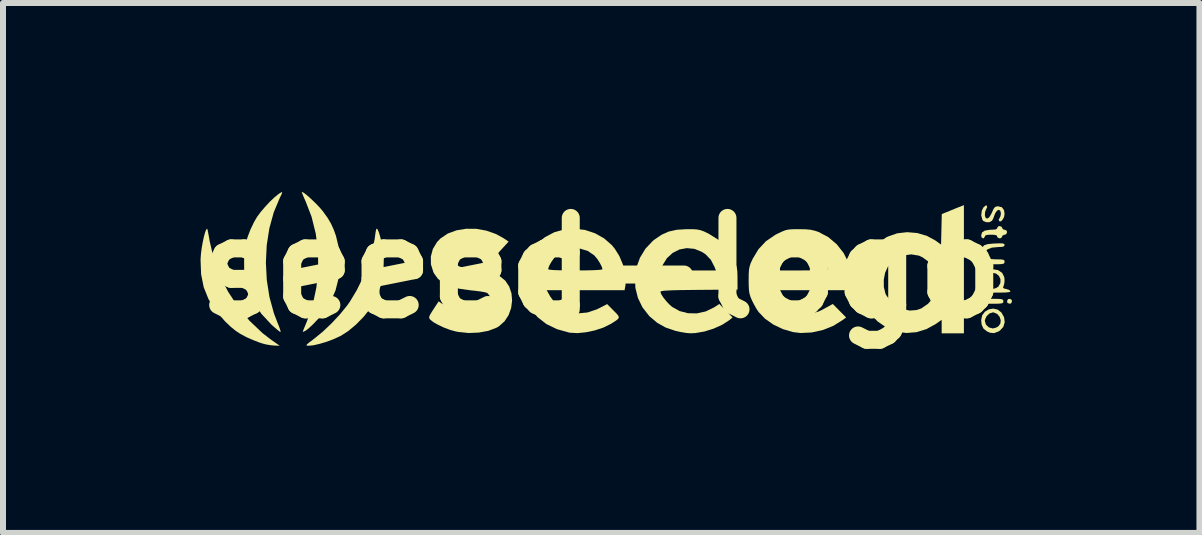
<source format=kicad_pcb>
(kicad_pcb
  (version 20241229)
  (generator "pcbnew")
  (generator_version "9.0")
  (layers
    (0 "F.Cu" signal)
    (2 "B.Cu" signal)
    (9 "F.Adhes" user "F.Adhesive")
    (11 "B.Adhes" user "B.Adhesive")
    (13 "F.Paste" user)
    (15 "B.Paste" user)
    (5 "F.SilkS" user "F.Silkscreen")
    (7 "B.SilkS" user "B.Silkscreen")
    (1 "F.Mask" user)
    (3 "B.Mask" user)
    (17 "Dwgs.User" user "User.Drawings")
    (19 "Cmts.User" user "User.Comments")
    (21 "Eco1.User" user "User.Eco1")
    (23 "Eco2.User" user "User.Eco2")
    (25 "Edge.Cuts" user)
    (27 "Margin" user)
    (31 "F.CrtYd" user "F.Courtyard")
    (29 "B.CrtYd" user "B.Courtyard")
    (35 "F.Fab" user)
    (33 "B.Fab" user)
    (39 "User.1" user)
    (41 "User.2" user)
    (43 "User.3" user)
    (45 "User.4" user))
  (footprint "seeed-logo"
    (layer "F.Cu")
    (at 6.974 1.418)
    (property "Reference" "seeed-logo" (at 0 0 0) (layer "F.SilkS") (effects (font (size 1.524 1.524) (thickness 0.3))))
    (attr board_only exclude_from_pos_files exclude_from_bom)
    (fp_poly (pts (xy 6.842 0.529) (xy 6.849 0.555) (xy 6.834 0.59) (xy 6.808 0.596) (xy 6.773 0.582) (xy 6.766 0.555) (xy 6.781 0.521) (xy 6.808 0.514)) (stroke (width 0) (type solid)) (fill yes) (layer "F.SilkS"))
    (fp_poly (pts (xy 6.608 0.515) (xy 6.662 0.518) (xy 6.691 0.526) (xy 6.703 0.539) (xy 6.705 0.555) (xy 6.702 0.575) (xy 6.687 0.587) (xy 6.653 0.593) (xy 6.593 0.596) (xy 6.52 0.596) (xy 6.432 0.596) (xy 6.377 0.593) (xy 6.348 0.585) (xy 6.336 0.572) (xy 6.335 0.555) (xy 6.338 0.536) (xy 6.352 0.524) (xy 6.386 0.517) (xy 6.447 0.515) (xy 6.52 0.514)) (stroke (width 0) (type solid)) (fill yes) (layer "F.SilkS"))
    (fp_poly (pts (xy 6.677 -0.686) (xy 6.684 -0.668) (xy 6.701 -0.643) (xy 6.725 -0.638) (xy 6.76 -0.623) (xy 6.766 -0.596) (xy 6.752 -0.562) (xy 6.725 -0.555) (xy 6.692 -0.542) (xy 6.684 -0.524) (xy 6.667 -0.499) (xy 6.643 -0.494) (xy 6.61 -0.506) (xy 6.602 -0.524) (xy 6.591 -0.544) (xy 6.553 -0.553) (xy 6.499 -0.555) (xy 6.434 -0.552) (xy 6.403 -0.541) (xy 6.396 -0.524) (xy 6.38 -0.497) (xy 6.365 -0.494) (xy 6.341 -0.511) (xy 6.335 -0.544) (xy 6.35 -0.594) (xy 6.398 -0.624) (xy 6.482 -0.637) (xy 6.508 -0.638) (xy 6.57 -0.641) (xy 6.598 -0.655) (xy 6.602 -0.668) (xy 6.619 -0.694) (xy 6.643 -0.699)) (stroke (width 0) (type solid)) (fill yes) (layer "F.SilkS"))
    (fp_poly (pts (xy 6.61 0.694) (xy 6.672 0.742) (xy 6.717 0.822) (xy 6.727 0.905) (xy 6.704 0.982) (xy 6.648 1.043) (xy 6.623 1.059) (xy 6.549 1.086) (xy 6.483 1.08) (xy 6.433 1.058) (xy 6.374 1.012) (xy 6.343 0.947) (xy 6.336 0.884) (xy 6.396 0.884) (xy 6.415 0.945) (xy 6.462 0.99) (xy 6.528 1.008) (xy 6.53 1.008) (xy 6.579 0.996) (xy 6.618 0.976) (xy 6.654 0.929) (xy 6.661 0.871) (xy 6.642 0.813) (xy 6.602 0.766) (xy 6.546 0.742) (xy 6.53 0.74) (xy 6.472 0.759) (xy 6.424 0.805) (xy 6.398 0.865) (xy 6.396 0.884) (xy 6.336 0.884) (xy 6.335 0.867) (xy 6.352 0.788) (xy 6.398 0.728) (xy 6.463 0.69) (xy 6.536 0.677)) (stroke (width 0) (type solid)) (fill yes) (layer "F.SilkS"))
    (fp_poly (pts (xy 6.693 -0.409) (xy 6.718 -0.401) (xy 6.725 -0.386) (xy 6.725 -0.383) (xy 6.717 -0.363) (xy 6.684 -0.352) (xy 6.62 -0.349) (xy 6.617 -0.349) (xy 6.513 -0.339) (xy 6.441 -0.311) (xy 6.404 -0.266) (xy 6.4 -0.25) (xy 6.402 -0.2) (xy 6.428 -0.167) (xy 6.483 -0.15) (xy 6.573 -0.144) (xy 6.584 -0.144) (xy 6.659 -0.143) (xy 6.701 -0.138) (xy 6.721 -0.126) (xy 6.725 -0.105) (xy 6.725 -0.103) (xy 6.722 -0.084) (xy 6.708 -0.072) (xy 6.676 -0.065) (xy 6.616 -0.062) (xy 6.532 -0.062) (xy 6.339 -0.062) (xy 6.337 -0.192) (xy 6.339 -0.283) (xy 6.353 -0.343) (xy 6.386 -0.379) (xy 6.445 -0.398) (xy 6.537 -0.407) (xy 6.559 -0.408) (xy 6.642 -0.411)) (stroke (width 0) (type solid)) (fill yes) (layer "F.SilkS"))
    (fp_poly (pts (xy -6.569 -0.653) (xy -6.562 -0.63) (xy -6.551 -0.575) (xy -6.537 -0.499) (xy -6.529 -0.451) (xy -6.462 -0.162) (xy -6.359 0.122) (xy -6.222 0.394) (xy -6.055 0.649) (xy -5.862 0.882) (xy -5.646 1.087) (xy -5.504 1.196) (xy -5.361 1.296) (xy -5.442 1.294) (xy -5.509 1.288) (xy -5.592 1.274) (xy -5.635 1.263) (xy -5.707 1.24) (xy -5.798 1.204) (xy -5.894 1.163) (xy -5.923 1.149) (xy -6.015 1.1) (xy -6.094 1.048) (xy -6.173 0.984) (xy -6.264 0.898) (xy -6.275 0.886) (xy -6.431 0.707) (xy -6.548 0.519) (xy -6.628 0.32) (xy -6.671 0.104) (xy -6.68 -0.132) (xy -6.679 -0.162) (xy -6.672 -0.25) (xy -6.659 -0.346) (xy -6.642 -0.44) (xy -6.623 -0.526) (xy -6.604 -0.595) (xy -6.586 -0.641) (xy -6.571 -0.654)) (stroke (width 0) (type solid)) (fill yes) (layer "F.SilkS"))
    (fp_poly (pts (xy -4.971 -1.261) (xy -4.929 -1.231) (xy -4.873 -1.184) (xy -4.809 -1.125) (xy -4.744 -1.061) (xy -4.686 -0.999) (xy -4.64 -0.945) (xy -4.639 -0.943) (xy -4.562 -0.836) (xy -4.506 -0.741) (xy -4.461 -0.642) (xy -4.423 -0.537) (xy -4.369 -0.314) (xy -4.352 -0.083) (xy -4.373 0.149) (xy -4.43 0.374) (xy -4.523 0.586) (xy -4.549 0.632) (xy -4.595 0.699) (xy -4.658 0.778) (xy -4.73 0.86) (xy -4.804 0.938) (xy -4.872 1.001) (xy -4.924 1.042) (xy -4.932 1.047) (xy -4.966 1.063) (xy -4.977 1.064) (xy -4.97 1.044) (xy -4.95 0.995) (xy -4.921 0.925) (xy -4.908 0.893) (xy -4.811 0.616) (xy -4.749 0.325) (xy -4.719 0.025) (xy -4.722 -0.275) (xy -4.759 -0.57) (xy -4.829 -0.853) (xy -4.926 -1.105) (xy -4.958 -1.177) (xy -4.981 -1.233) (xy -4.992 -1.264) (xy -4.992 -1.267)) (stroke (width 0) (type solid)) (fill yes) (layer "F.SilkS"))
    (fp_poly (pts (xy -3.726 -0.639) (xy -3.705 -0.588) (xy -3.683 -0.512) (xy -3.662 -0.42) (xy -3.644 -0.32) (xy -3.631 -0.221) (xy -3.625 -0.153) (xy -3.631 0.07) (xy -3.672 0.285) (xy -3.751 0.499) (xy -3.778 0.555) (xy -3.857 0.684) (xy -3.964 0.817) (xy -4.088 0.943) (xy -4.22 1.053) (xy -4.348 1.135) (xy -4.35 1.135) (xy -4.458 1.185) (xy -4.577 1.23) (xy -4.695 1.265) (xy -4.8 1.289) (xy -4.872 1.296) (xy -4.903 1.295) (xy -4.915 1.289) (xy -4.907 1.274) (xy -4.874 1.246) (xy -4.812 1.199) (xy -4.778 1.173) (xy -4.638 1.058) (xy -4.494 0.921) (xy -4.357 0.774) (xy -4.238 0.628) (xy -4.189 0.559) (xy -4.073 0.365) (xy -3.969 0.153) (xy -3.883 -0.066) (xy -3.817 -0.282) (xy -3.777 -0.484) (xy -3.771 -0.53) (xy -3.762 -0.596) (xy -3.752 -0.643) (xy -3.744 -0.658)) (stroke (width 0) (type solid)) (fill yes) (layer "F.SilkS"))
    (fp_poly (pts (xy 6.432 -1.039) (xy 6.433 -1.011) (xy 6.421 -0.987) (xy 6.4 -0.934) (xy 6.396 -0.88) (xy 6.408 -0.838) (xy 6.433 -0.823) (xy 6.467 -0.842) (xy 6.503 -0.901) (xy 6.514 -0.926) (xy 6.542 -0.986) (xy 6.567 -1.017) (xy 6.598 -1.027) (xy 6.62 -1.028) (xy 6.681 -1.012) (xy 6.716 -0.963) (xy 6.725 -0.901) (xy 6.716 -0.85) (xy 6.693 -0.806) (xy 6.665 -0.778) (xy 6.639 -0.778) (xy 6.637 -0.78) (xy 6.626 -0.808) (xy 6.639 -0.827) (xy 6.657 -0.865) (xy 6.664 -0.909) (xy 6.653 -0.956) (xy 6.628 -0.97) (xy 6.597 -0.954) (xy 6.567 -0.909) (xy 6.56 -0.89) (xy 6.539 -0.833) (xy 6.518 -0.791) (xy 6.514 -0.787) (xy 6.474 -0.764) (xy 6.42 -0.763) (xy 6.372 -0.783) (xy 6.356 -0.801) (xy 6.336 -0.876) (xy 6.345 -0.956) (xy 6.374 -1.011) (xy 6.409 -1.041)) (stroke (width 0) (type solid)) (fill yes) (layer "F.SilkS"))
    (fp_poly (pts (xy -5.319 -1.257) (xy -5.332 -1.224) (xy -5.358 -1.172) (xy -5.46 -0.928) (xy -5.533 -0.662) (xy -5.577 -0.38) (xy -5.591 -0.09) (xy -5.576 0.201) (xy -5.531 0.486) (xy -5.456 0.759) (xy -5.402 0.9) (xy -5.372 0.974) (xy -5.352 1.032) (xy -5.345 1.065) (xy -5.346 1.069) (xy -5.367 1.056) (xy -5.411 1.021) (xy -5.469 0.971) (xy -5.502 0.941) (xy -5.666 0.764) (xy -5.796 0.565) (xy -5.891 0.347) (xy -5.894 0.336) (xy -5.921 0.25) (xy -5.939 0.176) (xy -5.949 0.101) (xy -5.953 0.012) (xy -5.954 -0.093) (xy -5.953 -0.207) (xy -5.948 -0.294) (xy -5.937 -0.368) (xy -5.919 -0.442) (xy -5.894 -0.521) (xy -5.849 -0.639) (xy -5.792 -0.759) (xy -5.739 -0.851) (xy -5.679 -0.932) (xy -5.603 -1.021) (xy -5.522 -1.108) (xy -5.442 -1.183) (xy -5.373 -1.238) (xy -5.345 -1.256) (xy -5.324 -1.265)) (stroke (width 0) (type solid)) (fill yes) (layer "F.SilkS"))
    (fp_poly (pts (xy 6.618 0.036) (xy 6.684 0.081) (xy 6.719 0.15) (xy 6.725 0.2) (xy 6.72 0.259) (xy 6.707 0.304) (xy 6.705 0.309) (xy 6.699 0.331) (xy 6.725 0.345) (xy 6.75 0.35) (xy 6.797 0.364) (xy 6.823 0.385) (xy 6.823 0.386) (xy 6.817 0.397) (xy 6.786 0.405) (xy 6.726 0.409) (xy 6.632 0.411) (xy 6.583 0.411) (xy 6.476 0.411) (xy 6.404 0.408) (xy 6.361 0.402) (xy 6.34 0.393) (xy 6.335 0.38) (xy 6.346 0.353) (xy 6.356 0.35) (xy 6.367 0.337) (xy 6.356 0.31) (xy 6.341 0.262) (xy 6.336 0.217) (xy 6.396 0.217) (xy 6.415 0.277) (xy 6.461 0.326) (xy 6.521 0.349) (xy 6.53 0.35) (xy 6.583 0.335) (xy 6.623 0.309) (xy 6.655 0.251) (xy 6.657 0.189) (xy 6.631 0.132) (xy 6.583 0.093) (xy 6.534 0.082) (xy 6.475 0.1) (xy 6.425 0.144) (xy 6.398 0.2) (xy 6.396 0.217) (xy 6.336 0.217) (xy 6.335 0.2) (xy 6.335 0.196) (xy 6.352 0.114) (xy 6.401 0.056) (xy 6.478 0.025) (xy 6.526 0.021)) (stroke (width 0) (type solid)) (fill yes) (layer "F.SilkS"))
    (fp_poly (pts (xy 6.047 1.09) (xy 5.676 1.09) (xy 5.676 0.864) (xy 5.579 0.933) (xy 5.423 1.019) (xy 5.258 1.07) (xy 5.088 1.084) (xy 4.923 1.06) (xy 4.917 1.059) (xy 4.751 0.991) (xy 4.604 0.888) (xy 4.479 0.752) (xy 4.443 0.699) (xy 4.37 0.549) (xy 4.329 0.381) (xy 4.319 0.205) (xy 4.32 0.196) (xy 4.711 0.196) (xy 4.712 0.315) (xy 4.737 0.421) (xy 4.748 0.447) (xy 4.821 0.551) (xy 4.916 0.631) (xy 5.027 0.685) (xy 5.144 0.71) (xy 5.26 0.701) (xy 5.337 0.674) (xy 5.449 0.597) (xy 5.535 0.496) (xy 5.591 0.38) (xy 5.614 0.255) (xy 5.603 0.128) (xy 5.576 0.051) (xy 5.522 -0.034) (xy 5.443 -0.115) (xy 5.355 -0.179) (xy 5.296 -0.206) (xy 5.17 -0.227) (xy 5.044 -0.21) (xy 4.926 -0.16) (xy 4.825 -0.078) (xy 4.777 -0.017) (xy 4.733 0.08) (xy 4.711 0.196) (xy 4.32 0.196) (xy 4.341 0.031) (xy 4.396 -0.129) (xy 4.488 -0.28) (xy 4.608 -0.409) (xy 4.75 -0.509) (xy 4.78 -0.524) (xy 4.934 -0.578) (xy 5.1 -0.597) (xy 5.268 -0.583) (xy 5.429 -0.536) (xy 5.569 -0.46) (xy 5.666 -0.391) (xy 5.672 -0.645) (xy 5.678 -0.899) (xy 5.754 -0.93) (xy 5.819 -0.956) (xy 5.898 -0.989) (xy 5.939 -1.005) (xy 6.047 -1.048)) (stroke (width 0) (type solid)) (fill yes) (layer "F.SilkS"))
    (fp_poly (pts (xy -0.271 -0.634) (xy -0.106 -0.58) (xy 0.046 -0.495) (xy 0.178 -0.38) (xy 0.226 -0.321) (xy 0.303 -0.198) (xy 0.361 -0.059) (xy 0.398 0.083) (xy 0.41 0.217) (xy 0.403 0.297) (xy 0.389 0.37) (xy -0.909 0.37) (xy -0.849 0.478) (xy -0.761 0.596) (xy -0.651 0.682) (xy -0.522 0.736) (xy -0.38 0.756) (xy -0.23 0.742) (xy -0.077 0.691) (xy -0.039 0.673) (xy 0.099 0.602) (xy 0.208 0.712) (xy 0.262 0.767) (xy 0.29 0.805) (xy 0.292 0.835) (xy 0.265 0.864) (xy 0.207 0.903) (xy 0.153 0.936) (xy 0.033 0.995) (xy -0.108 1.041) (xy -0.256 1.072) (xy -0.398 1.086) (xy -0.522 1.079) (xy -0.535 1.077) (xy -0.738 1.02) (xy -0.914 0.935) (xy -1.06 0.821) (xy -1.176 0.679) (xy -1.262 0.51) (xy -1.276 0.471) (xy -1.307 0.329) (xy -1.313 0.171) (xy -1.296 0.02) (xy -0.884 0.02) (xy -0.864 0.028) (xy -0.803 0.034) (xy -0.701 0.038) (xy -0.56 0.041) (xy -0.432 0.041) (xy -0.262 0.04) (xy -0.131 0.037) (xy -0.04 0.032) (xy 0.01 0.026) (xy 0.021 0.02) (xy 0.008 -0.023) (xy -0.023 -0.084) (xy -0.064 -0.148) (xy -0.108 -0.201) (xy -0.116 -0.21) (xy -0.223 -0.283) (xy -0.349 -0.322) (xy -0.432 -0.329) (xy -0.558 -0.314) (xy -0.668 -0.266) (xy -0.736 -0.216) (xy -0.784 -0.167) (xy -0.83 -0.103) (xy -0.866 -0.039) (xy -0.884 0.012) (xy -0.884 0.02) (xy -1.296 0.02) (xy -1.295 0.011) (xy -1.256 -0.128) (xy -1.199 -0.238) (xy -1.114 -0.352) (xy -1.012 -0.455) (xy -0.937 -0.514) (xy -0.782 -0.596) (xy -0.615 -0.643) (xy -0.443 -0.655)) (stroke (width 0) (type solid)) (fill yes) (layer "F.SilkS"))
    (fp_poly (pts (xy 1.527 -0.647) (xy 1.597 -0.642) (xy 1.653 -0.631) (xy 1.709 -0.611) (xy 1.779 -0.578) (xy 1.792 -0.571) (xy 1.954 -0.47) (xy 2.086 -0.342) (xy 2.189 -0.184) (xy 2.207 -0.149) (xy 2.239 -0.075) (xy 2.259 -0.013) (xy 2.269 0.053) (xy 2.272 0.139) (xy 2.272 0.175) (xy 2.273 0.36) (xy 1.63 0.365) (xy 1.445 0.367) (xy 1.297 0.369) (xy 1.183 0.372) (xy 1.099 0.376) (xy 1.042 0.38) (xy 1.006 0.386) (xy 0.99 0.393) (xy 0.987 0.398) (xy 1.001 0.438) (xy 1.037 0.494) (xy 1.087 0.556) (xy 1.143 0.615) (xy 1.181 0.648) (xy 1.306 0.718) (xy 1.445 0.754) (xy 1.593 0.757) (xy 1.74 0.725) (xy 1.878 0.659) (xy 1.891 0.651) (xy 1.969 0.6) (xy 2.19 0.825) (xy 2.13 0.874) (xy 2.015 0.948) (xy 1.874 1.011) (xy 1.721 1.059) (xy 1.57 1.085) (xy 1.491 1.089) (xy 1.418 1.083) (xy 1.326 1.068) (xy 1.236 1.048) (xy 1.072 0.992) (xy 0.935 0.915) (xy 0.81 0.81) (xy 0.799 0.799) (xy 0.688 0.657) (xy 0.612 0.5) (xy 0.57 0.333) (xy 0.562 0.161) (xy 0.58 0.041) (xy 0.988 0.041) (xy 1.912 0.041) (xy 1.89 -0.015) (xy 1.828 -0.136) (xy 1.741 -0.227) (xy 1.679 -0.268) (xy 1.554 -0.319) (xy 1.426 -0.331) (xy 1.303 -0.308) (xy 1.191 -0.251) (xy 1.096 -0.164) (xy 1.023 -0.047) (xy 1.01 -0.015) (xy 0.988 0.041) (xy 0.58 0.041) (xy 0.587 -0.009) (xy 0.646 -0.171) (xy 0.737 -0.321) (xy 0.86 -0.451) (xy 0.886 -0.472) (xy 1.004 -0.553) (xy 1.125 -0.607) (xy 1.259 -0.637) (xy 1.419 -0.647) (xy 1.43 -0.647)) (stroke (width 0) (type solid)) (fill yes) (layer "F.SilkS"))
    (fp_poly (pts (xy -2.084 -0.653) (xy -1.916 -0.623) (xy -1.754 -0.566) (xy -1.631 -0.498) (xy -1.544 -0.44) (xy -1.651 -0.323) (xy -1.758 -0.205) (xy -1.897 -0.276) (xy -2.038 -0.335) (xy -2.167 -0.365) (xy -2.28 -0.364) (xy -2.374 -0.332) (xy -2.419 -0.298) (xy -2.459 -0.231) (xy -2.468 -0.15) (xy -2.455 -0.093) (xy -2.421 -0.053) (xy -2.353 -0.02) (xy -2.247 0.005) (xy -2.135 0.02) (xy -1.997 0.038) (xy -1.89 0.058) (xy -1.803 0.083) (xy -1.726 0.118) (xy -1.692 0.136) (xy -1.599 0.212) (xy -1.534 0.31) (xy -1.496 0.423) (xy -1.486 0.545) (xy -1.502 0.668) (xy -1.544 0.785) (xy -1.612 0.889) (xy -1.705 0.972) (xy -1.748 0.997) (xy -1.882 1.048) (xy -2.041 1.077) (xy -2.212 1.084) (xy -2.385 1.066) (xy -2.427 1.058) (xy -2.52 1.032) (xy -2.621 0.994) (xy -2.717 0.949) (xy -2.797 0.904) (xy -2.849 0.863) (xy -2.85 0.862) (xy -2.866 0.84) (xy -2.869 0.817) (xy -2.856 0.784) (xy -2.824 0.73) (xy -2.798 0.69) (xy -2.71 0.556) (xy -2.654 0.596) (xy -2.553 0.652) (xy -2.431 0.696) (xy -2.3 0.725) (xy -2.17 0.739) (xy -2.053 0.734) (xy -1.969 0.713) (xy -1.903 0.669) (xy -1.861 0.609) (xy -1.843 0.541) (xy -1.852 0.477) (xy -1.89 0.426) (xy -1.907 0.414) (xy -1.943 0.404) (xy -2.009 0.392) (xy -2.096 0.381) (xy -2.173 0.373) (xy -2.361 0.347) (xy -2.512 0.307) (xy -2.632 0.252) (xy -2.723 0.18) (xy -2.789 0.088) (xy -2.798 0.07) (xy -2.839 -0.059) (xy -2.841 -0.19) (xy -2.807 -0.317) (xy -2.737 -0.433) (xy -2.678 -0.494) (xy -2.557 -0.575) (xy -2.412 -0.628) (xy -2.252 -0.654)) (stroke (width 0) (type solid)) (fill yes) (layer "F.SilkS"))
    (fp_poly (pts (xy 3.3 -0.647) (xy 3.41 -0.645) (xy 3.493 -0.637) (xy 3.563 -0.621) (xy 3.625 -0.6) (xy 3.788 -0.513) (xy 3.928 -0.394) (xy 4.042 -0.249) (xy 4.118 -0.097) (xy 4.144 -0.009) (xy 4.163 0.093) (xy 4.173 0.194) (xy 4.173 0.28) (xy 4.167 0.317) (xy 4.154 0.37) (xy 2.858 0.37) (xy 2.899 0.45) (xy 2.979 0.566) (xy 3.088 0.664) (xy 3.154 0.705) (xy 3.209 0.729) (xy 3.269 0.743) (xy 3.347 0.749) (xy 3.414 0.75) (xy 3.504 0.749) (xy 3.568 0.742) (xy 3.623 0.726) (xy 3.685 0.697) (xy 3.725 0.675) (xy 3.861 0.6) (xy 3.972 0.712) (xy 4.083 0.825) (xy 4.031 0.864) (xy 3.873 0.963) (xy 3.696 1.034) (xy 3.51 1.075) (xy 3.325 1.084) (xy 3.198 1.069) (xy 3.028 1.019) (xy 2.869 0.943) (xy 2.731 0.846) (xy 2.625 0.735) (xy 2.587 0.679) (xy 2.545 0.603) (xy 2.515 0.544) (xy 2.489 0.483) (xy 2.472 0.428) (xy 2.463 0.368) (xy 2.459 0.289) (xy 2.458 0.206) (xy 2.459 0.105) (xy 2.463 0.041) (xy 2.877 0.041) (xy 3.33 0.041) (xy 3.475 0.04) (xy 3.597 0.038) (xy 3.692 0.034) (xy 3.755 0.029) (xy 3.783 0.023) (xy 3.784 0.022) (xy 3.767 -0.047) (xy 3.721 -0.125) (xy 3.653 -0.201) (xy 3.572 -0.266) (xy 3.529 -0.292) (xy 3.43 -0.323) (xy 3.315 -0.329) (xy 3.199 -0.31) (xy 3.098 -0.268) (xy 3.088 -0.262) (xy 3.008 -0.193) (xy 2.939 -0.105) (xy 2.893 -0.015) (xy 2.89 -0.005) (xy 2.877 0.041) (xy 2.463 0.041) (xy 2.463 0.033) (xy 2.474 -0.025) (xy 2.492 -0.08) (xy 2.522 -0.145) (xy 2.523 -0.149) (xy 2.622 -0.313) (xy 2.747 -0.447) (xy 2.903 -0.553) (xy 2.938 -0.571) (xy 3.012 -0.606) (xy 3.069 -0.629) (xy 3.124 -0.641) (xy 3.191 -0.646) (xy 3.283 -0.647)) (stroke (width 0) (type solid)) (fill yes) (layer "F.SilkS")))
  (gr_rect
    (start -3 -3)
    (end 16.948 5.836)
    (stroke (width 0.1) (type default))
    (fill no)
    (layer "Edge.Cuts")))
</source>
